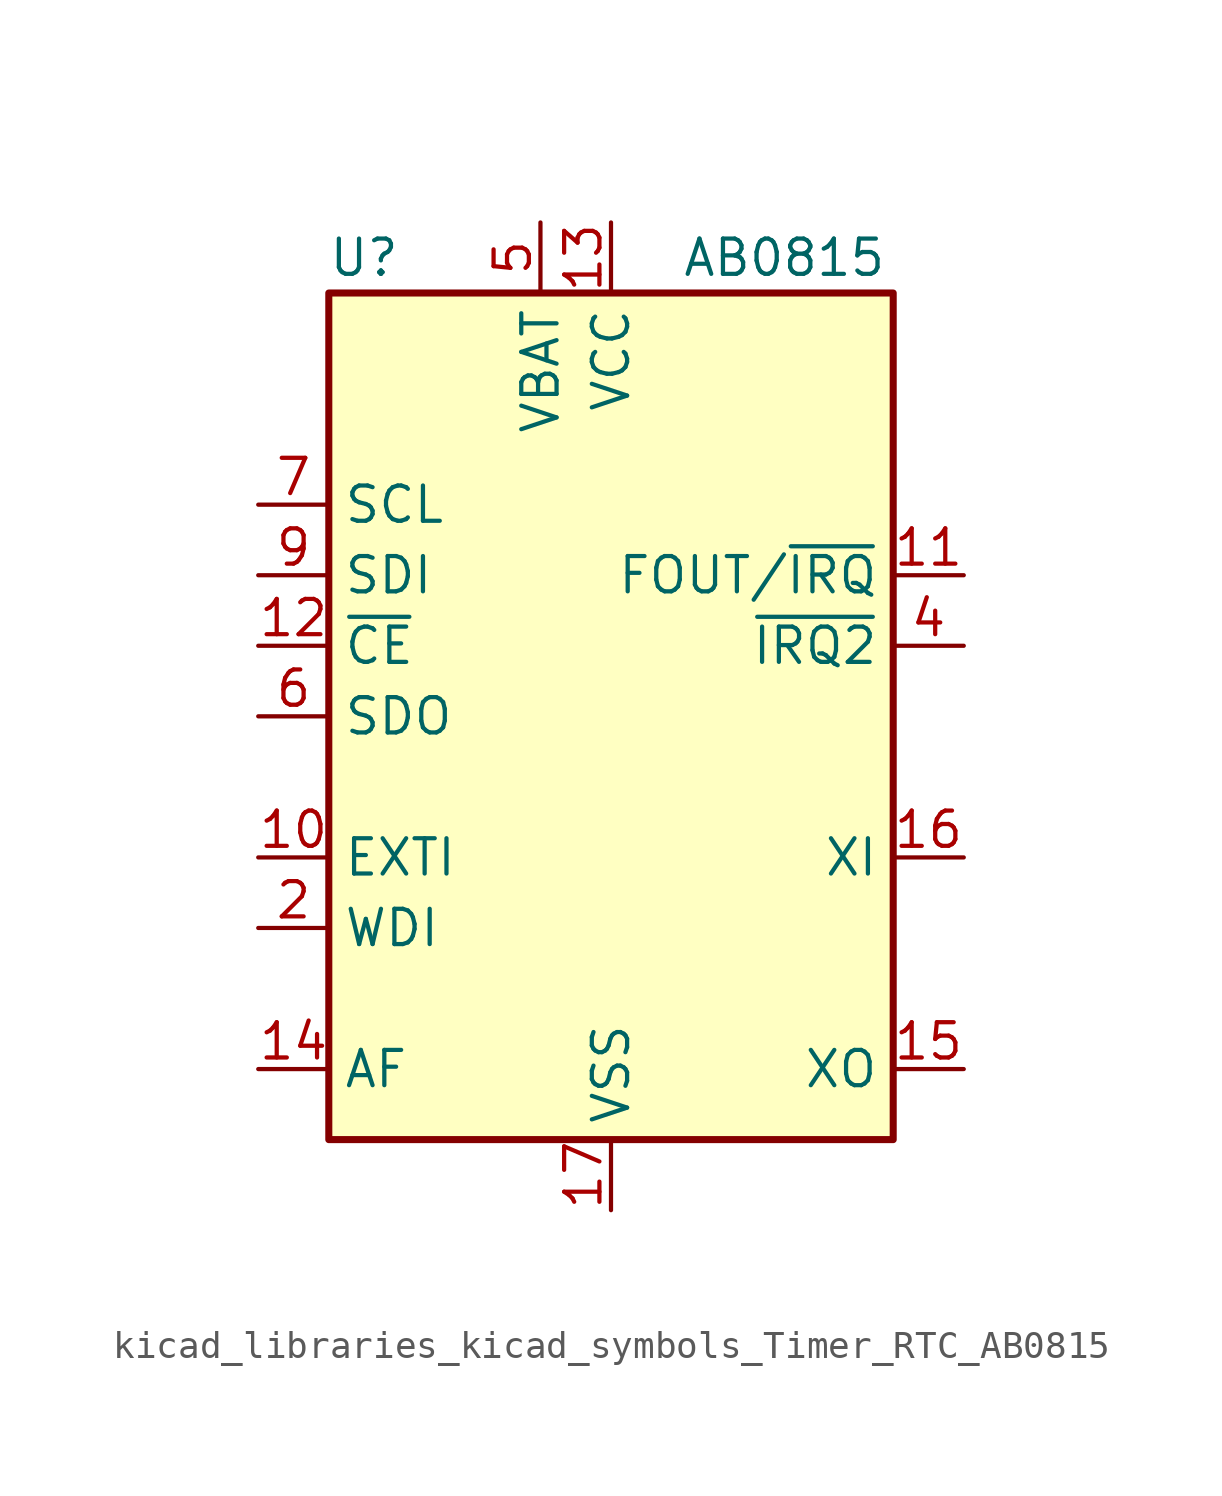
<source format=kicad_sym>
(kicad_symbol_lib
  (version 20220914)
  (generator kicad_symbol_editor)
  (symbol "kicad_libraries_kicad_symbols_Timer_RTC_AB0815"
    (property "Reference" "U"
      (at -8.89 16.51 0)
      (effects (font (size 1.27 1.27))))
    (property "Value" "AB0815"
      (at 2.54 16.51 0)
      (effects (font (size 1.27 1.27)) (justify left)))
    (symbol "kicad_libraries_kicad_symbols_Timer_RTC_AB0815_0_1"
      (rectangle (start -10.16 15.24) (end 10.16 -15.24) (stroke (width 0.254) (type default)) (fill (type background))))
    (symbol "kicad_libraries_kicad_symbols_Timer_RTC_AB0815_1_1"
      (pin no_connect line (at -10.16 -2.54 0) (length 2.54) hide (name "NC" (effects (font (size 1.27 1.27)))) (number "1" (effects (font (size 1.27 1.27)))))
      (pin input line (at -12.7 -5.08 0) (length 2.54) (name "EXTI" (effects (font (size 1.27 1.27)))) (number "10" (effects (font (size 1.27 1.27)))))
      (pin open_collector line (at 12.7 5.08 180) (length 2.54) (name "FOUT/~{IRQ}" (effects (font (size 1.27 1.27)))) (number "11" (effects (font (size 1.27 1.27)))))
      (pin input line (at -12.7 2.54 0) (length 2.54) (name "~{CE}" (effects (font (size 1.27 1.27)))) (number "12" (effects (font (size 1.27 1.27)))))
      (pin power_in line (at 0 17.78 270) (length 2.54) (name "VCC" (effects (font (size 1.27 1.27)))) (number "13" (effects (font (size 1.27 1.27)))))
      (pin passive line (at -12.7 -12.7 0) (length 2.54) (name "AF" (effects (font (size 1.27 1.27)))) (number "14" (effects (font (size 1.27 1.27)))))
      (pin output line (at 12.7 -12.7 180) (length 2.54) (name "XO" (effects (font (size 1.27 1.27)))) (number "15" (effects (font (size 1.27 1.27)))))
      (pin input line (at 12.7 -5.08 180) (length 2.54) (name "XI" (effects (font (size 1.27 1.27)))) (number "16" (effects (font (size 1.27 1.27)))))
      (pin power_in line (at 0 -17.78 90) (length 2.54) (name "VSS" (effects (font (size 1.27 1.27)))) (number "17" (effects (font (size 1.27 1.27)))))
      (pin input line (at -12.7 -7.62 0) (length 2.54) (name "WDI" (effects (font (size 1.27 1.27)))) (number "2" (effects (font (size 1.27 1.27)))))
      (pin no_connect line (at -10.16 -10.16 0) (length 2.54) hide (name "NC" (effects (font (size 1.27 1.27)))) (number "3" (effects (font (size 1.27 1.27)))))
      (pin open_collector line (at 12.7 2.54 180) (length 2.54) (name "~{IRQ2}" (effects (font (size 1.27 1.27)))) (number "4" (effects (font (size 1.27 1.27)))))
      (pin power_in line (at -2.54 17.78 270) (length 2.54) (name "VBAT" (effects (font (size 1.27 1.27)))) (number "5" (effects (font (size 1.27 1.27)))))
      (pin output line (at -12.7 0 0) (length 2.54) (name "SDO" (effects (font (size 1.27 1.27)))) (number "6" (effects (font (size 1.27 1.27)))))
      (pin input line (at -12.7 7.62 0) (length 2.54) (name "SCL" (effects (font (size 1.27 1.27)))) (number "7" (effects (font (size 1.27 1.27)))))
      (pin no_connect line (at 10.16 0 180) (length 2.54) hide (name "NC" (effects (font (size 1.27 1.27)))) (number "8" (effects (font (size 1.27 1.27)))))
      (pin input line (at -12.7 5.08 0) (length 2.54) (name "SDI" (effects (font (size 1.27 1.27)))) (number "9" (effects (font (size 1.27 1.27))))))))
</source>
